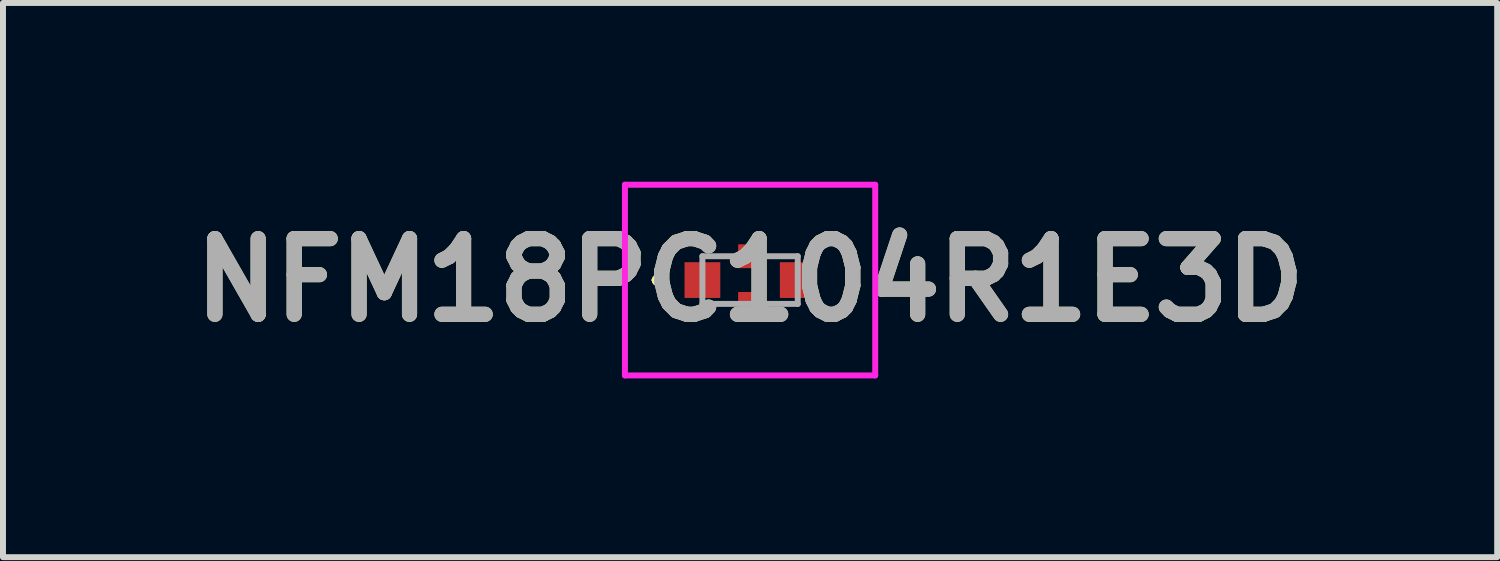
<source format=kicad_pcb>
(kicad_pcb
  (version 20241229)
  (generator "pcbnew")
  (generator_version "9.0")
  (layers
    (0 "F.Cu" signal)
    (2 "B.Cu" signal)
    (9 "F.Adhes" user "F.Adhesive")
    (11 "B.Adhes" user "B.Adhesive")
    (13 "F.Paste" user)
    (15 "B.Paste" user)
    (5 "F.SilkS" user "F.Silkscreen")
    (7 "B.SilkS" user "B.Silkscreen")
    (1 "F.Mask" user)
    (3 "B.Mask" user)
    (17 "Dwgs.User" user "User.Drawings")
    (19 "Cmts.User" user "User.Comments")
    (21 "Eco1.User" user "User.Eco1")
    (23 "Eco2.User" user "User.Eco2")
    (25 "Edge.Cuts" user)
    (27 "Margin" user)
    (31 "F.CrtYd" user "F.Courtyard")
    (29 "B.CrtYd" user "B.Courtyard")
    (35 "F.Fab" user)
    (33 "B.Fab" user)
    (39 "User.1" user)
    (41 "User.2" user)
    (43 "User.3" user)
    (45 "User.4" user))
  (footprint "NFM18PC104R1E3D"
    (layer "F.Cu")
    (at 9.537 1.65)
    (property "Reference" "NFM18PC104R1E3D" (at 0 0 0) (layer "F.SilkS") (effects (font (size 1.27 1.27) (thickness 0.254))))
    (attr smd)
    (fp_line (start -1.6 0) (end -1.6 0) (stroke (width 0.1) (type solid)) (layer "F.SilkS"))
    (fp_line (start -1.6 0) (end -1.6 0) (stroke (width 0.1) (type solid)) (layer "F.SilkS"))
    (fp_line (start -1.5 0) (end -1.5 0) (stroke (width 0.1) (type solid)) (layer "F.SilkS"))
    (fp_arc (start -1.6 0) (mid -1.55 -0.05) (end -1.5 0) (stroke (width 0.1) (type solid)) (layer "F.SilkS"))
    (fp_arc (start -1.5 0) (mid -1.55 0.05) (end -1.6 0) (stroke (width 0.1) (type solid)) (layer "F.SilkS"))
    (fp_arc (start -1.5 0) (mid -1.55 0.05) (end -1.6 0) (stroke (width 0.1) (type solid)) (layer "F.SilkS"))
    (fp_line (start -2.1 -1.6) (end 2.1 -1.6) (stroke (width 0.1) (type solid)) (layer "F.CrtYd"))
    (fp_line (start -2.1 1.6) (end -2.1 -1.6) (stroke (width 0.1) (type solid)) (layer "F.CrtYd"))
    (fp_line (start 2.1 -1.6) (end 2.1 1.6) (stroke (width 0.1) (type solid)) (layer "F.CrtYd"))
    (fp_line (start 2.1 1.6) (end -2.1 1.6) (stroke (width 0.1) (type solid)) (layer "F.CrtYd"))
    (fp_line (start -0.8 -0.4) (end -0.8 0.4) (stroke (width 0.1) (type solid)) (layer "F.Fab"))
    (fp_line (start -0.8 0.4) (end 0.8 0.4) (stroke (width 0.1) (type solid)) (layer "F.Fab"))
    (fp_line (start 0.8 -0.4) (end -0.8 -0.4) (stroke (width 0.1) (type solid)) (layer "F.Fab"))
    (fp_line (start 0.8 0.4) (end 0.8 -0.4) (stroke (width 0.1) (type solid)) (layer "F.Fab"))
    (fp_text user "${REFERENCE}" (at 0 0 0) (layer "F.Fab") (effects (font (size 1.27 1.27) (thickness 0.254))))
    (pad "1" smd rect (at -0.8 0 90) (size 0.6 0.6) (layers "F.Cu" "F.Mask" "F.Paste"))
    (pad "2" smd rect (at 0 0.4 90) (size 0.4 0.4) (layers "F.Cu" "F.Mask" "F.Paste"))
    (pad "3" smd rect (at 0.8 0 90) (size 0.6 0.6) (layers "F.Cu" "F.Mask" "F.Paste"))
    (pad "4" smd rect (at 0 -0.4 90) (size 0.4 0.4) (layers "F.Cu" "F.Mask" "F.Paste")))
  (gr_rect
    (start -3 -3)
    (end 22.074 6.3)
    (stroke (width 0.1) (type default))
    (fill no)
    (layer "Edge.Cuts")))
</source>
